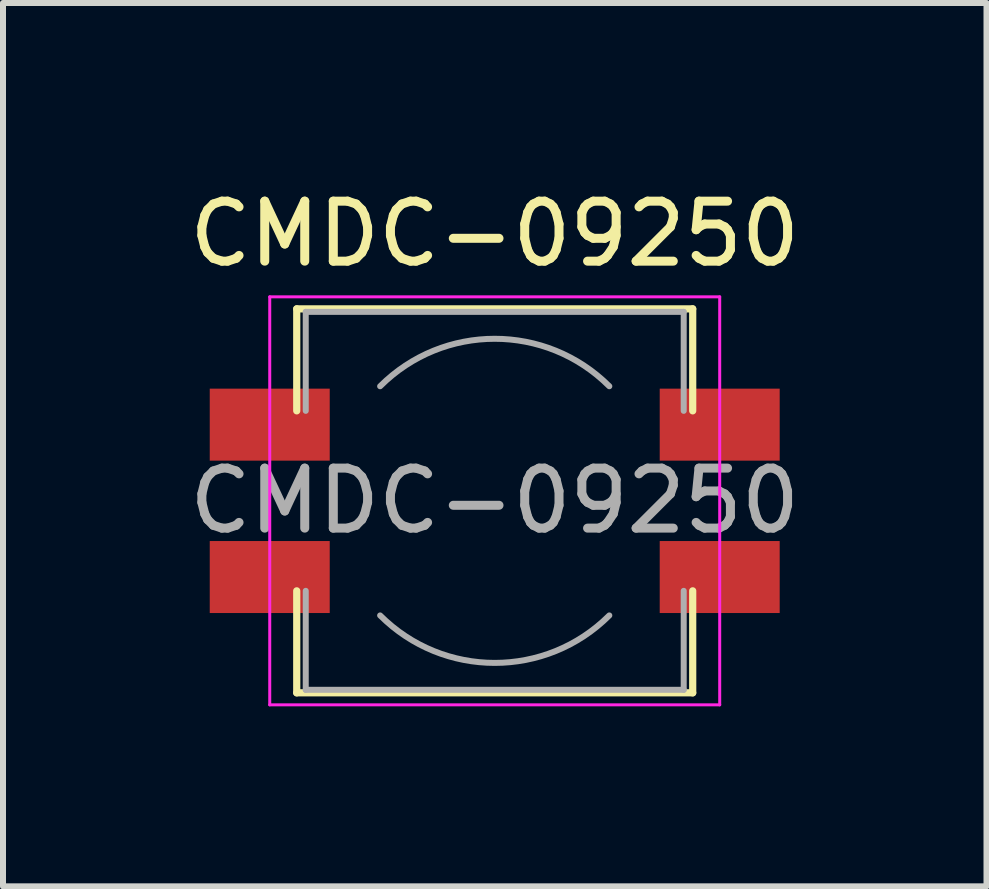
<source format=kicad_pcb>
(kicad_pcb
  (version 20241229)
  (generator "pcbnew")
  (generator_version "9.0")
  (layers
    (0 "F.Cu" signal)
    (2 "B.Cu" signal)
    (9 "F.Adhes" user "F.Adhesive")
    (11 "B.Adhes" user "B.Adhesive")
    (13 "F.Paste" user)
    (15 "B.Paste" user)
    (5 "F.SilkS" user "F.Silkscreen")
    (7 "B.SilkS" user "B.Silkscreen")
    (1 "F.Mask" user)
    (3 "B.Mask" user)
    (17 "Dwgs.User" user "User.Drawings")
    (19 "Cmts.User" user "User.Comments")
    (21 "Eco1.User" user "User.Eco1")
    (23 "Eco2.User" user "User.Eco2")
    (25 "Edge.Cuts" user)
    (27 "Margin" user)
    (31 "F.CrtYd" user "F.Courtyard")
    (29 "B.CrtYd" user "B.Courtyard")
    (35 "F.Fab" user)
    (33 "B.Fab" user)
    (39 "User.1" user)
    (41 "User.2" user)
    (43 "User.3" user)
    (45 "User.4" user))
  (footprint "CMDC-09250"
    (layer "F.Cu")
    (at 5.196 5.298)
    (property "Reference" "CMDC-09250" (at 0 -4.45 0) (layer "F.SilkS") (effects (font (size 1 1) (thickness 0.15))))
    (attr smd)
    (fp_line (start -3.3 -3.2) (end 3.3 -3.2) (stroke (width 0.12) (type solid)) (layer "F.SilkS"))
    (fp_line (start -3.3 -1.5) (end -3.3 -3.2) (stroke (width 0.12) (type solid)) (layer "F.SilkS"))
    (fp_line (start -3.3 3.2) (end -3.3 1.5) (stroke (width 0.12) (type solid)) (layer "F.SilkS"))
    (fp_line (start 3.3 -3.2) (end 3.3 -1.5) (stroke (width 0.12) (type solid)) (layer "F.SilkS"))
    (fp_line (start 3.3 1.5) (end 3.3 3.2) (stroke (width 0.12) (type solid)) (layer "F.SilkS"))
    (fp_line (start 3.3 3.2) (end -3.3 3.2) (stroke (width 0.12) (type solid)) (layer "F.SilkS"))
    (fp_line (start -3.75 -3.4) (end -3.75 3.4) (stroke (width 0.05) (type solid)) (layer "F.CrtYd"))
    (fp_line (start -3.75 3.4) (end 3.75 3.4) (stroke (width 0.05) (type solid)) (layer "F.CrtYd"))
    (fp_line (start 3.75 -3.4) (end -3.75 -3.4) (stroke (width 0.05) (type solid)) (layer "F.CrtYd"))
    (fp_line (start 3.75 3.4) (end 3.75 -3.4) (stroke (width 0.05) (type solid)) (layer "F.CrtYd"))
    (fp_line (start -3.15 -3.15) (end -3.15 -1.5) (stroke (width 0.1) (type solid)) (layer "F.Fab"))
    (fp_line (start -3.15 -3.15) (end 3.15 -3.15) (stroke (width 0.1) (type solid)) (layer "F.Fab"))
    (fp_line (start -3.15 3.15) (end -3.15 1.5) (stroke (width 0.1) (type solid)) (layer "F.Fab"))
    (fp_line (start -3.15 3.15) (end 3.15 3.15) (stroke (width 0.1) (type solid)) (layer "F.Fab"))
    (fp_line (start 3.15 -3.15) (end 3.15 -1.5) (stroke (width 0.1) (type solid)) (layer "F.Fab"))
    (fp_line (start 3.15 3.15) (end 3.15 1.5) (stroke (width 0.1) (type solid)) (layer "F.Fab"))
    (fp_arc (start -1.91 -1.91) (mid 0 -2.701148) (end 1.91 -1.91) (stroke (width 0.1) (type solid)) (layer "F.Fab"))
    (fp_arc (start 1.91 1.91) (mid 0 2.701148) (end -1.91 1.91) (stroke (width 0.1) (type solid)) (layer "F.Fab"))
    (fp_text user "${REFERENCE}" (at 0 0 0) (layer "F.Fab") (effects (font (size 1 1) (thickness 0.15))))
    (pad "1" smd rect (at -3.75 1.27) (size 2 1.2) (layers "F.Cu" "F.Mask" "F.Paste"))
    (pad "2" smd rect (at -3.75 -1.27) (size 2 1.2) (layers "F.Cu" "F.Mask" "F.Paste"))
    (pad "3" smd rect (at 3.75 -1.27) (size 2 1.2) (layers "F.Cu" "F.Mask" "F.Paste"))
    (pad "4" smd rect (at 3.75 1.27) (size 2 1.2) (layers "F.Cu" "F.Mask" "F.Paste")))
  (gr_rect
    (start -3 -3)
    (end 13.393 11.723)
    (stroke (width 0.1) (type default))
    (fill no)
    (layer "Edge.Cuts")))
</source>
